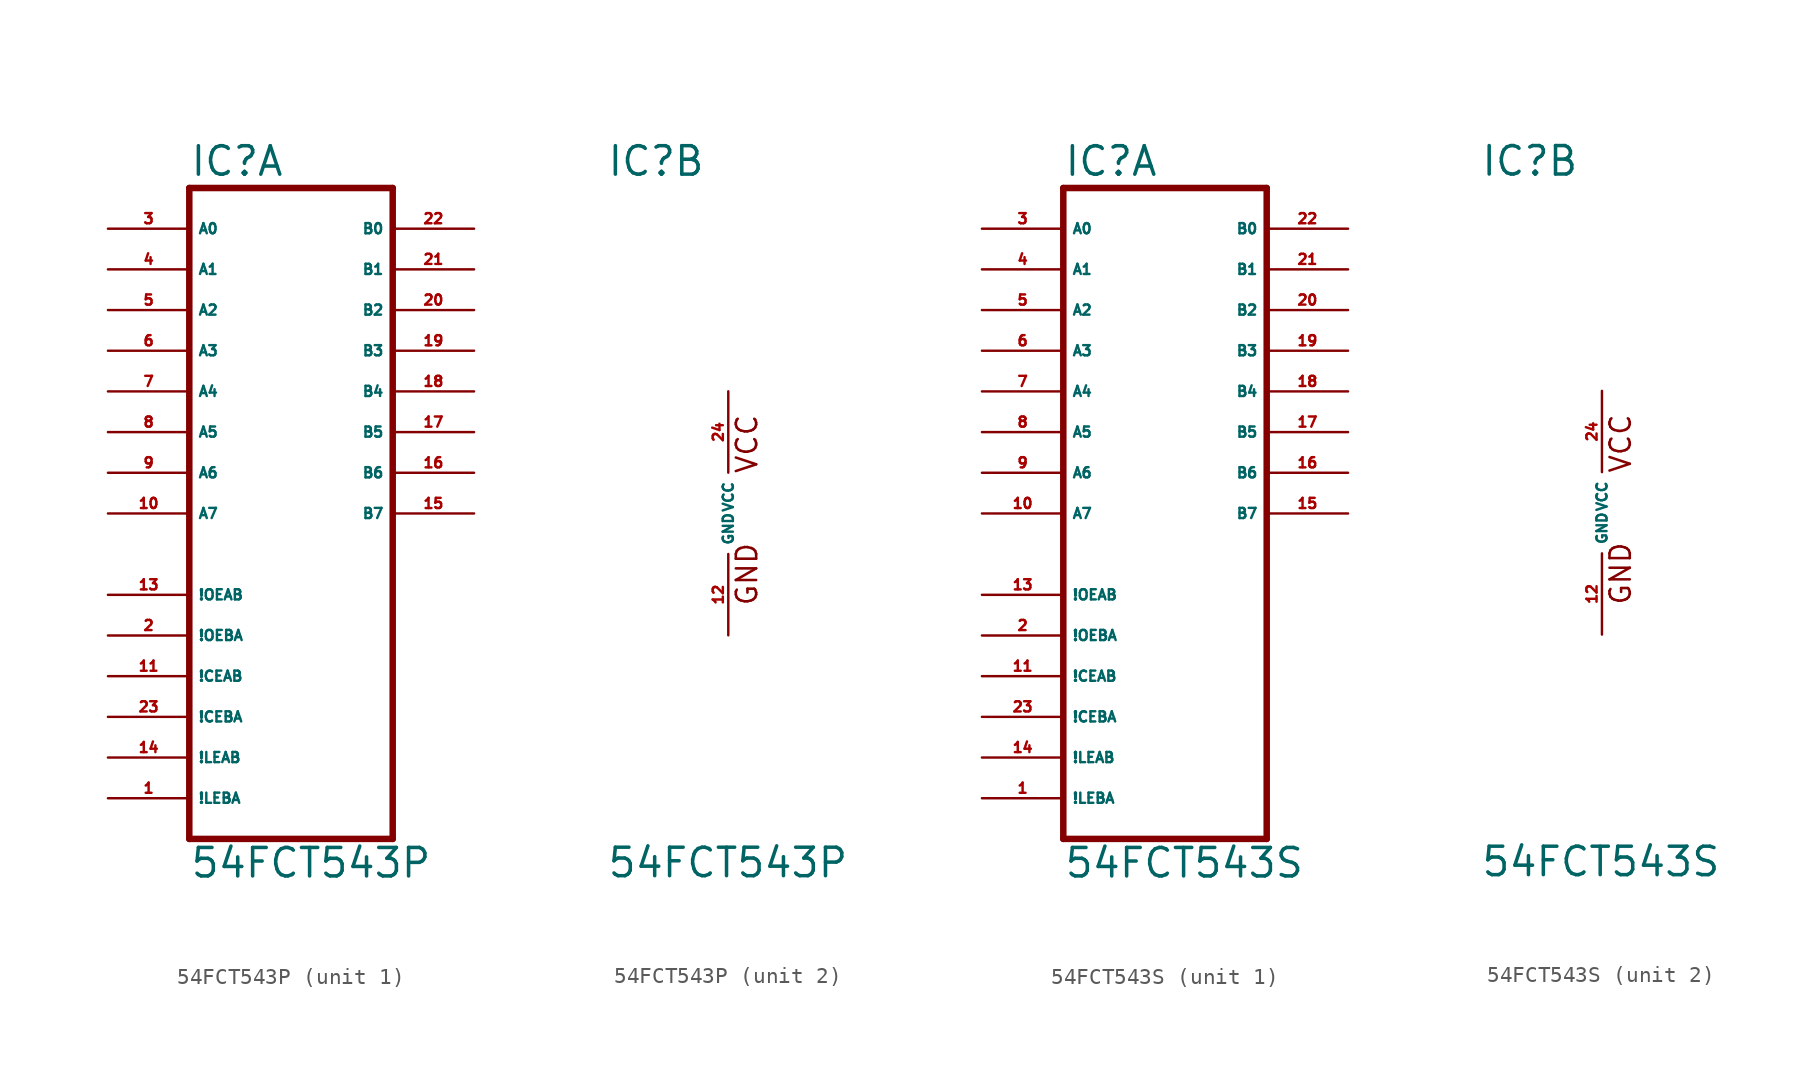
<source format=kicad_sym>
(kicad_symbol_lib
  (version 20220914)
  (generator Eagle2Kicad)
  (symbol "54FCT543P"
    (property "Reference" "IC"
      (at -7.62 20.955 0)
      (effects (font (size 1.778 1.778) (thickness 0.22)) (justify left bottom)))
    (property "Value" "54FCT543P"
      (at -7.62 -22.86 0)
      (effects (font (size 1.778 1.778) (thickness 0.22)) (justify left bottom)))
    (symbol "54FCT543P_1_0"
      (polyline (pts (xy -7.62 -20.32) (xy 5.08 -20.32)) (stroke (width 0.406) (type default)) (fill (type none)))
      (polyline (pts (xy 5.08 -20.32) (xy 5.08 20.32)) (stroke (width 0.406) (type default)) (fill (type none)))
      (polyline (pts (xy 5.08 20.32) (xy -7.62 20.32)) (stroke (width 0.406) (type default)) (fill (type none)))
      (polyline (pts (xy -7.62 20.32) (xy -7.62 -20.32)) (stroke (width 0.406) (type default)) (fill (type none)))
      (pin bidirectional line (at -12.7 17.78 0) (length 5.08) (name "A0" (effects (font (size 0.635 0.635) (thickness 0.08)) (justify left bottom))) (number "3" (effects (font (size 0.635 0.635) (thickness 0.08)) (justify left bottom))))
      (pin bidirectional line (at -12.7 15.24 0) (length 5.08) (name "A1" (effects (font (size 0.635 0.635) (thickness 0.08)) (justify left bottom))) (number "4" (effects (font (size 0.635 0.635) (thickness 0.08)) (justify left bottom))))
      (pin bidirectional line (at -12.7 12.7 0) (length 5.08) (name "A2" (effects (font (size 0.635 0.635) (thickness 0.08)) (justify left bottom))) (number "5" (effects (font (size 0.635 0.635) (thickness 0.08)) (justify left bottom))))
      (pin bidirectional line (at -12.7 10.16 0) (length 5.08) (name "A3" (effects (font (size 0.635 0.635) (thickness 0.08)) (justify left bottom))) (number "6" (effects (font (size 0.635 0.635) (thickness 0.08)) (justify left bottom))))
      (pin bidirectional line (at -12.7 7.62 0) (length 5.08) (name "A4" (effects (font (size 0.635 0.635) (thickness 0.08)) (justify left bottom))) (number "7" (effects (font (size 0.635 0.635) (thickness 0.08)) (justify left bottom))))
      (pin bidirectional line (at -12.7 5.08 0) (length 5.08) (name "A5" (effects (font (size 0.635 0.635) (thickness 0.08)) (justify left bottom))) (number "8" (effects (font (size 0.635 0.635) (thickness 0.08)) (justify left bottom))))
      (pin bidirectional line (at -12.7 2.54 0) (length 5.08) (name "A6" (effects (font (size 0.635 0.635) (thickness 0.08)) (justify left bottom))) (number "9" (effects (font (size 0.635 0.635) (thickness 0.08)) (justify left bottom))))
      (pin bidirectional line (at -12.7 0 0) (length 5.08) (name "A7" (effects (font (size 0.635 0.635) (thickness 0.08)) (justify left bottom))) (number "10" (effects (font (size 0.635 0.635) (thickness 0.08)) (justify left bottom))))
      (pin bidirectional line (at 10.16 17.78 180) (length 5.08) (name "B0" (effects (font (size 0.635 0.635) (thickness 0.08)) (justify left bottom))) (number "22" (effects (font (size 0.635 0.635) (thickness 0.08)) (justify left bottom))))
      (pin bidirectional line (at 10.16 15.24 180) (length 5.08) (name "B1" (effects (font (size 0.635 0.635) (thickness 0.08)) (justify left bottom))) (number "21" (effects (font (size 0.635 0.635) (thickness 0.08)) (justify left bottom))))
      (pin bidirectional line (at 10.16 12.7 180) (length 5.08) (name "B2" (effects (font (size 0.635 0.635) (thickness 0.08)) (justify left bottom))) (number "20" (effects (font (size 0.635 0.635) (thickness 0.08)) (justify left bottom))))
      (pin bidirectional line (at 10.16 10.16 180) (length 5.08) (name "B3" (effects (font (size 0.635 0.635) (thickness 0.08)) (justify left bottom))) (number "19" (effects (font (size 0.635 0.635) (thickness 0.08)) (justify left bottom))))
      (pin bidirectional line (at 10.16 7.62 180) (length 5.08) (name "B4" (effects (font (size 0.635 0.635) (thickness 0.08)) (justify left bottom))) (number "18" (effects (font (size 0.635 0.635) (thickness 0.08)) (justify left bottom))))
      (pin bidirectional line (at 10.16 5.08 180) (length 5.08) (name "B5" (effects (font (size 0.635 0.635) (thickness 0.08)) (justify left bottom))) (number "17" (effects (font (size 0.635 0.635) (thickness 0.08)) (justify left bottom))))
      (pin bidirectional line (at 10.16 2.54 180) (length 5.08) (name "B6" (effects (font (size 0.635 0.635) (thickness 0.08)) (justify left bottom))) (number "16" (effects (font (size 0.635 0.635) (thickness 0.08)) (justify left bottom))))
      (pin bidirectional line (at 10.16 0 180) (length 5.08) (name "B7" (effects (font (size 0.635 0.635) (thickness 0.08)) (justify left bottom))) (number "15" (effects (font (size 0.635 0.635) (thickness 0.08)) (justify left bottom))))
      (pin input line (at -12.7 -5.08 0) (length 5.08) (name "!OEAB" (effects (font (size 0.635 0.635) (thickness 0.08)) (justify left bottom))) (number "13" (effects (font (size 0.635 0.635) (thickness 0.08)) (justify left bottom))))
      (pin input line (at -12.7 -7.62 0) (length 5.08) (name "!OEBA" (effects (font (size 0.635 0.635) (thickness 0.08)) (justify left bottom))) (number "2" (effects (font (size 0.635 0.635) (thickness 0.08)) (justify left bottom))))
      (pin input line (at -12.7 -10.16 0) (length 5.08) (name "!CEAB" (effects (font (size 0.635 0.635) (thickness 0.08)) (justify left bottom))) (number "11" (effects (font (size 0.635 0.635) (thickness 0.08)) (justify left bottom))))
      (pin input line (at -12.7 -12.7 0) (length 5.08) (name "!CEBA" (effects (font (size 0.635 0.635) (thickness 0.08)) (justify left bottom))) (number "23" (effects (font (size 0.635 0.635) (thickness 0.08)) (justify left bottom))))
      (pin input line (at -12.7 -15.24 0) (length 5.08) (name "!LEAB" (effects (font (size 0.635 0.635) (thickness 0.08)) (justify left bottom))) (number "14" (effects (font (size 0.635 0.635) (thickness 0.08)) (justify left bottom))))
      (pin input line (at -12.7 -17.78 0) (length 5.08) (name "!LEBA" (effects (font (size 0.635 0.635) (thickness 0.08)) (justify left bottom))) (number "1" (effects (font (size 0.635 0.635) (thickness 0.08)) (justify left bottom)))))
    (symbol "54FCT543P_2_0"
      (text "GND" (at 1.905 -5.842 900) (effects (font (size 1.27 1.27) (thickness 0.16)) (justify left bottom)))
      (text "VCC" (at 1.905 2.413 900) (effects (font (size 1.27 1.27) (thickness 0.16)) (justify left bottom)))
      (pin unspecified line (at 0 7.62 270) (length 5.08) (name "VCC" (effects (font (size 0.635 0.635) (thickness 0.08)) (justify left bottom))) (number "24" (effects (font (size 0.635 0.635) (thickness 0.08)) (justify left bottom))))
      (pin unspecified line (at 0 -7.62 90) (length 5.08) (name "GND" (effects (font (size 0.635 0.635) (thickness 0.08)) (justify left bottom))) (number "12" (effects (font (size 0.635 0.635) (thickness 0.08)) (justify left bottom))))))
  (symbol "54FCT543S"
    (property "Reference" "IC"
      (at -7.62 20.955 0)
      (effects (font (size 1.778 1.778) (thickness 0.22)) (justify left bottom)))
    (property "Value" "54FCT543S"
      (at -7.62 -22.86 0)
      (effects (font (size 1.778 1.778) (thickness 0.22)) (justify left bottom)))
    (symbol "54FCT543S_1_0"
      (polyline (pts (xy -7.62 -20.32) (xy 5.08 -20.32)) (stroke (width 0.406) (type default)) (fill (type none)))
      (polyline (pts (xy 5.08 -20.32) (xy 5.08 20.32)) (stroke (width 0.406) (type default)) (fill (type none)))
      (polyline (pts (xy 5.08 20.32) (xy -7.62 20.32)) (stroke (width 0.406) (type default)) (fill (type none)))
      (polyline (pts (xy -7.62 20.32) (xy -7.62 -20.32)) (stroke (width 0.406) (type default)) (fill (type none)))
      (pin bidirectional line (at -12.7 17.78 0) (length 5.08) (name "A0" (effects (font (size 0.635 0.635) (thickness 0.08)) (justify left bottom))) (number "3" (effects (font (size 0.635 0.635) (thickness 0.08)) (justify left bottom))))
      (pin bidirectional line (at -12.7 15.24 0) (length 5.08) (name "A1" (effects (font (size 0.635 0.635) (thickness 0.08)) (justify left bottom))) (number "4" (effects (font (size 0.635 0.635) (thickness 0.08)) (justify left bottom))))
      (pin bidirectional line (at -12.7 12.7 0) (length 5.08) (name "A2" (effects (font (size 0.635 0.635) (thickness 0.08)) (justify left bottom))) (number "5" (effects (font (size 0.635 0.635) (thickness 0.08)) (justify left bottom))))
      (pin bidirectional line (at -12.7 10.16 0) (length 5.08) (name "A3" (effects (font (size 0.635 0.635) (thickness 0.08)) (justify left bottom))) (number "6" (effects (font (size 0.635 0.635) (thickness 0.08)) (justify left bottom))))
      (pin bidirectional line (at -12.7 7.62 0) (length 5.08) (name "A4" (effects (font (size 0.635 0.635) (thickness 0.08)) (justify left bottom))) (number "7" (effects (font (size 0.635 0.635) (thickness 0.08)) (justify left bottom))))
      (pin bidirectional line (at -12.7 5.08 0) (length 5.08) (name "A5" (effects (font (size 0.635 0.635) (thickness 0.08)) (justify left bottom))) (number "8" (effects (font (size 0.635 0.635) (thickness 0.08)) (justify left bottom))))
      (pin bidirectional line (at -12.7 2.54 0) (length 5.08) (name "A6" (effects (font (size 0.635 0.635) (thickness 0.08)) (justify left bottom))) (number "9" (effects (font (size 0.635 0.635) (thickness 0.08)) (justify left bottom))))
      (pin bidirectional line (at -12.7 0 0) (length 5.08) (name "A7" (effects (font (size 0.635 0.635) (thickness 0.08)) (justify left bottom))) (number "10" (effects (font (size 0.635 0.635) (thickness 0.08)) (justify left bottom))))
      (pin bidirectional line (at 10.16 17.78 180) (length 5.08) (name "B0" (effects (font (size 0.635 0.635) (thickness 0.08)) (justify left bottom))) (number "22" (effects (font (size 0.635 0.635) (thickness 0.08)) (justify left bottom))))
      (pin bidirectional line (at 10.16 15.24 180) (length 5.08) (name "B1" (effects (font (size 0.635 0.635) (thickness 0.08)) (justify left bottom))) (number "21" (effects (font (size 0.635 0.635) (thickness 0.08)) (justify left bottom))))
      (pin bidirectional line (at 10.16 12.7 180) (length 5.08) (name "B2" (effects (font (size 0.635 0.635) (thickness 0.08)) (justify left bottom))) (number "20" (effects (font (size 0.635 0.635) (thickness 0.08)) (justify left bottom))))
      (pin bidirectional line (at 10.16 10.16 180) (length 5.08) (name "B3" (effects (font (size 0.635 0.635) (thickness 0.08)) (justify left bottom))) (number "19" (effects (font (size 0.635 0.635) (thickness 0.08)) (justify left bottom))))
      (pin bidirectional line (at 10.16 7.62 180) (length 5.08) (name "B4" (effects (font (size 0.635 0.635) (thickness 0.08)) (justify left bottom))) (number "18" (effects (font (size 0.635 0.635) (thickness 0.08)) (justify left bottom))))
      (pin bidirectional line (at 10.16 5.08 180) (length 5.08) (name "B5" (effects (font (size 0.635 0.635) (thickness 0.08)) (justify left bottom))) (number "17" (effects (font (size 0.635 0.635) (thickness 0.08)) (justify left bottom))))
      (pin bidirectional line (at 10.16 2.54 180) (length 5.08) (name "B6" (effects (font (size 0.635 0.635) (thickness 0.08)) (justify left bottom))) (number "16" (effects (font (size 0.635 0.635) (thickness 0.08)) (justify left bottom))))
      (pin bidirectional line (at 10.16 0 180) (length 5.08) (name "B7" (effects (font (size 0.635 0.635) (thickness 0.08)) (justify left bottom))) (number "15" (effects (font (size 0.635 0.635) (thickness 0.08)) (justify left bottom))))
      (pin input line (at -12.7 -5.08 0) (length 5.08) (name "!OEAB" (effects (font (size 0.635 0.635) (thickness 0.08)) (justify left bottom))) (number "13" (effects (font (size 0.635 0.635) (thickness 0.08)) (justify left bottom))))
      (pin input line (at -12.7 -7.62 0) (length 5.08) (name "!OEBA" (effects (font (size 0.635 0.635) (thickness 0.08)) (justify left bottom))) (number "2" (effects (font (size 0.635 0.635) (thickness 0.08)) (justify left bottom))))
      (pin input line (at -12.7 -10.16 0) (length 5.08) (name "!CEAB" (effects (font (size 0.635 0.635) (thickness 0.08)) (justify left bottom))) (number "11" (effects (font (size 0.635 0.635) (thickness 0.08)) (justify left bottom))))
      (pin input line (at -12.7 -12.7 0) (length 5.08) (name "!CEBA" (effects (font (size 0.635 0.635) (thickness 0.08)) (justify left bottom))) (number "23" (effects (font (size 0.635 0.635) (thickness 0.08)) (justify left bottom))))
      (pin input line (at -12.7 -15.24 0) (length 5.08) (name "!LEAB" (effects (font (size 0.635 0.635) (thickness 0.08)) (justify left bottom))) (number "14" (effects (font (size 0.635 0.635) (thickness 0.08)) (justify left bottom))))
      (pin input line (at -12.7 -17.78 0) (length 5.08) (name "!LEBA" (effects (font (size 0.635 0.635) (thickness 0.08)) (justify left bottom))) (number "1" (effects (font (size 0.635 0.635) (thickness 0.08)) (justify left bottom)))))
    (symbol "54FCT543S_2_0"
      (text "GND" (at 1.905 -5.842 900) (effects (font (size 1.27 1.27) (thickness 0.16)) (justify left bottom)))
      (text "VCC" (at 1.905 2.413 900) (effects (font (size 1.27 1.27) (thickness 0.16)) (justify left bottom)))
      (pin unspecified line (at 0 7.62 270) (length 5.08) (name "VCC" (effects (font (size 0.635 0.635) (thickness 0.08)) (justify left bottom))) (number "24" (effects (font (size 0.635 0.635) (thickness 0.08)) (justify left bottom))))
      (pin unspecified line (at 0 -7.62 90) (length 5.08) (name "GND" (effects (font (size 0.635 0.635) (thickness 0.08)) (justify left bottom))) (number "12" (effects (font (size 0.635 0.635) (thickness 0.08)) (justify left bottom)))))))
</source>
